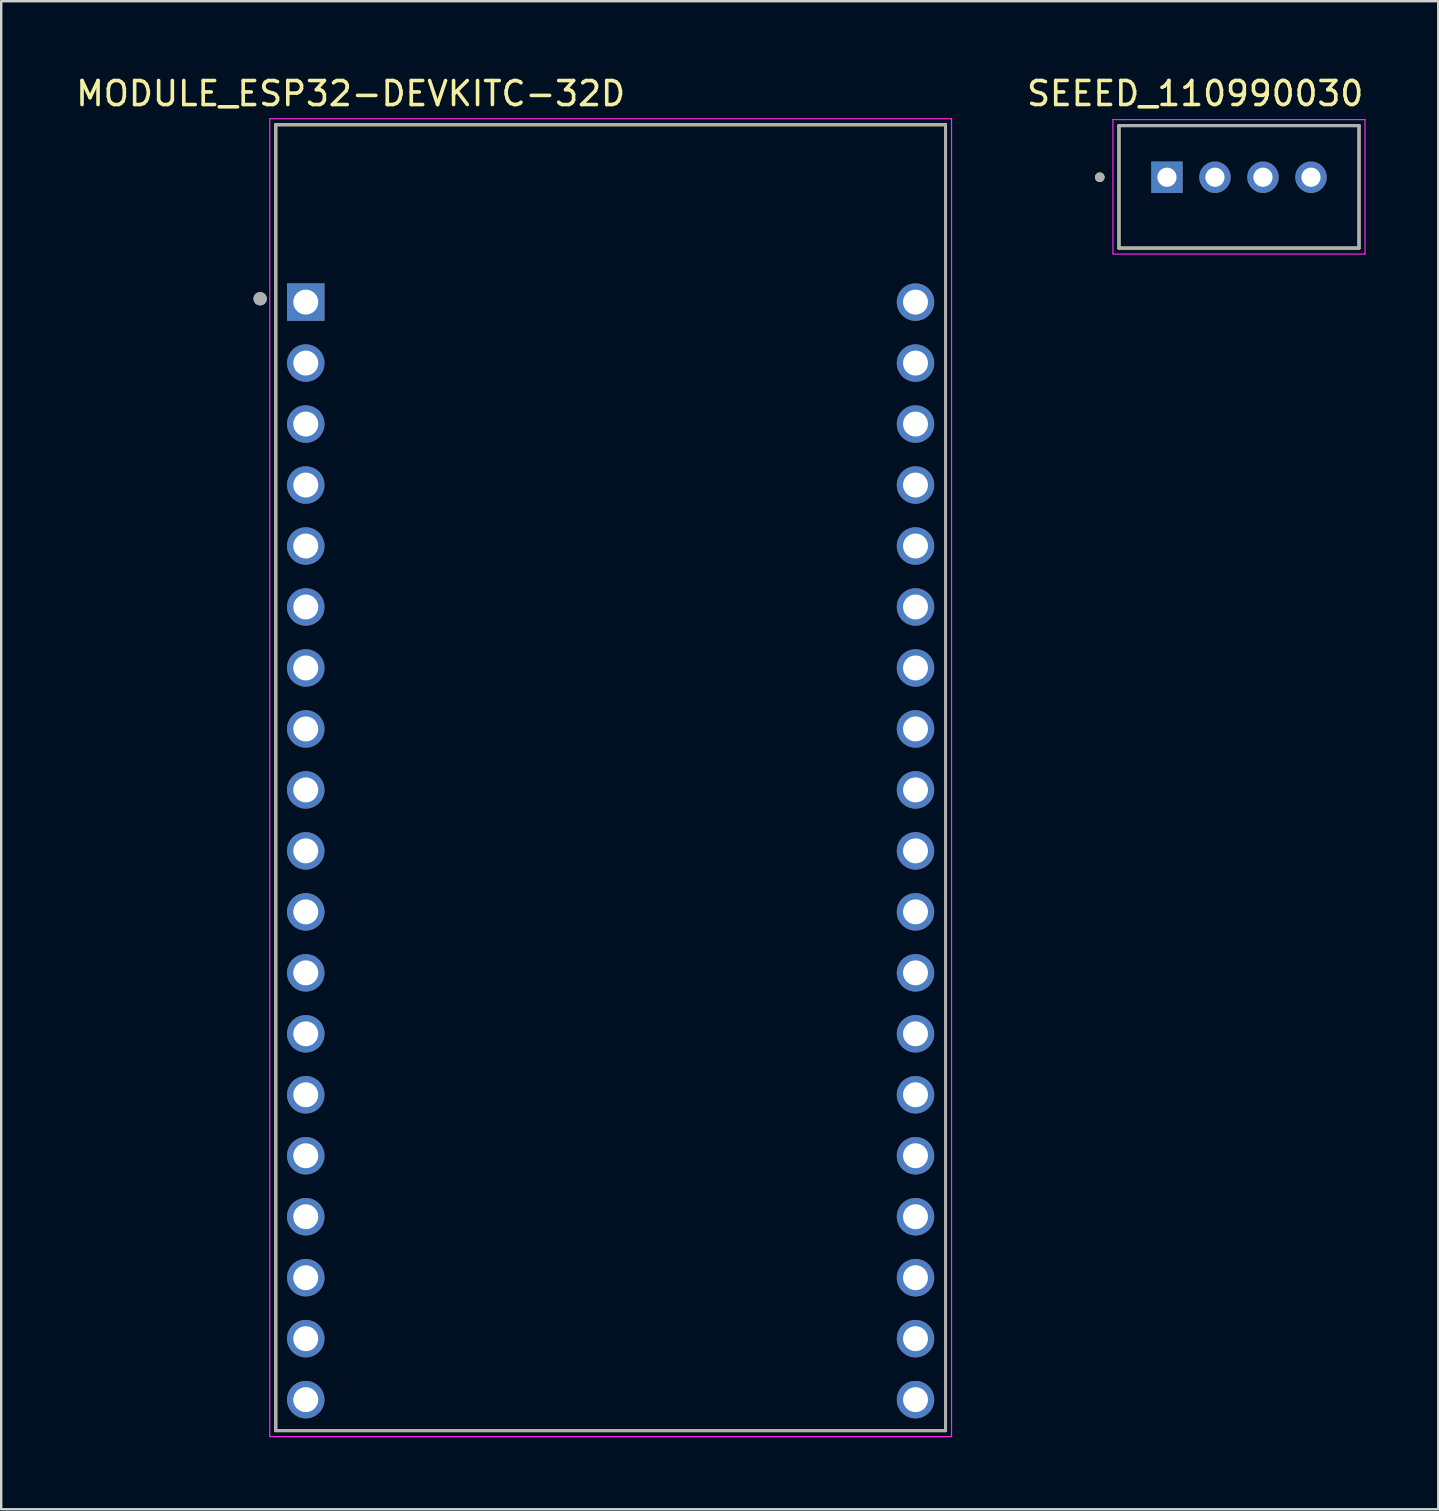
<source format=kicad_pcb>
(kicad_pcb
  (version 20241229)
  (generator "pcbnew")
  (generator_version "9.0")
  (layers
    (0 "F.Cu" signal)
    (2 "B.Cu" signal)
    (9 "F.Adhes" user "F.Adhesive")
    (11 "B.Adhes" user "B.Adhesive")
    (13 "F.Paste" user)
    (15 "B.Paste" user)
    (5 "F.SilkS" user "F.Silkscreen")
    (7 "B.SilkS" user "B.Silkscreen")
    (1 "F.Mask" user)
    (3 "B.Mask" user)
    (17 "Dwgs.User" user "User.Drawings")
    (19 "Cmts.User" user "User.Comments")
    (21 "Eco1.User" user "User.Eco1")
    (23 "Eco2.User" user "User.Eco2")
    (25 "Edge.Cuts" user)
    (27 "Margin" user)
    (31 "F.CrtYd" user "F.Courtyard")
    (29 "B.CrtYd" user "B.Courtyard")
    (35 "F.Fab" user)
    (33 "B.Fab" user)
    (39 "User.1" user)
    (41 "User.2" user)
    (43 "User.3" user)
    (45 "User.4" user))
  (footprint "MODULE_ESP32-DEVKITC-32D"
    (layer "F.Cu")
    (at 22.387 29.295)
    (property "Reference" "MODULE_ESP32-DEVKITC-32D" (at -10.829 -28.446 0) (layer "F.SilkS") (effects (font (size 1 1) (thickness 0.15))))
    (attr through_hole)
    (fp_line (start -13.95 -27.15) (end 13.95 -27.15) (stroke (width 0.127) (type solid)) (layer "F.SilkS"))
    (fp_line (start -13.95 27.25) (end -13.95 -27.15) (stroke (width 0.127) (type solid)) (layer "F.SilkS"))
    (fp_line (start 13.95 -27.15) (end 13.95 27.25) (stroke (width 0.127) (type solid)) (layer "F.SilkS"))
    (fp_line (start 13.95 27.25) (end -13.95 27.25) (stroke (width 0.127) (type solid)) (layer "F.SilkS"))
    (fp_line (start -14.2 -27.4) (end 14.2 -27.4) (stroke (width 0.05) (type solid)) (layer "F.CrtYd"))
    (fp_line (start -14.2 27.5) (end -14.2 -27.4) (stroke (width 0.05) (type solid)) (layer "F.CrtYd"))
    (fp_line (start 14.2 -27.4) (end 14.2 27.5) (stroke (width 0.05) (type solid)) (layer "F.CrtYd"))
    (fp_line (start 14.2 27.5) (end -14.2 27.5) (stroke (width 0.05) (type solid)) (layer "F.CrtYd"))
    (fp_line (start -13.95 -27.15) (end 13.95 -27.15) (stroke (width 0.127) (type solid)) (layer "F.Fab"))
    (fp_line (start -13.95 27.25) (end -13.95 -27.15) (stroke (width 0.127) (type solid)) (layer "F.Fab"))
    (fp_line (start 13.95 -27.15) (end 13.95 27.25) (stroke (width 0.127) (type solid)) (layer "F.Fab"))
    (fp_line (start 13.95 27.25) (end -13.95 27.25) (stroke (width 0.127) (type solid)) (layer "F.Fab"))
    (fp_circle (center -14.6 -19.9) (end -14.46 -19.9) (stroke (width 0.28) (type solid)) (fill no) (layer "F.Fab"))
    (fp_circle (center -14.6 -19.9) (end -14.46 -19.9) (stroke (width 0.28) (type solid)) (fill no) (layer "F.Fab"))
    (pad "1" thru_hole rect (at -12.7 -19.76) (size 1.56 1.56) (drill 1.04) (layers "*.Cu" "*.Mask"))
    (pad "2" thru_hole circle (at -12.7 -17.22) (size 1.56 1.56) (drill 1.04) (layers "*.Cu" "*.Mask"))
    (pad "3" thru_hole circle (at -12.7 -14.68) (size 1.56 1.56) (drill 1.04) (layers "*.Cu" "*.Mask"))
    (pad "4" thru_hole circle (at -12.7 -12.14) (size 1.56 1.56) (drill 1.04) (layers "*.Cu" "*.Mask"))
    (pad "5" thru_hole circle (at -12.7 -9.6) (size 1.56 1.56) (drill 1.04) (layers "*.Cu" "*.Mask"))
    (pad "6" thru_hole circle (at -12.7 -7.06) (size 1.56 1.56) (drill 1.04) (layers "*.Cu" "*.Mask"))
    (pad "7" thru_hole circle (at -12.7 -4.52) (size 1.56 1.56) (drill 1.04) (layers "*.Cu" "*.Mask"))
    (pad "8" thru_hole circle (at -12.7 -1.98) (size 1.56 1.56) (drill 1.04) (layers "*.Cu" "*.Mask"))
    (pad "9" thru_hole circle (at -12.7 0.56) (size 1.56 1.56) (drill 1.04) (layers "*.Cu" "*.Mask"))
    (pad "10" thru_hole circle (at -12.7 3.1) (size 1.56 1.56) (drill 1.04) (layers "*.Cu" "*.Mask"))
    (pad "11" thru_hole circle (at -12.7 5.64) (size 1.56 1.56) (drill 1.04) (layers "*.Cu" "*.Mask"))
    (pad "12" thru_hole circle (at -12.7 8.18) (size 1.56 1.56) (drill 1.04) (layers "*.Cu" "*.Mask"))
    (pad "13" thru_hole circle (at -12.7 10.72) (size 1.56 1.56) (drill 1.04) (layers "*.Cu" "*.Mask"))
    (pad "14" thru_hole circle (at -12.7 13.26) (size 1.56 1.56) (drill 1.04) (layers "*.Cu" "*.Mask"))
    (pad "15" thru_hole circle (at -12.7 15.8) (size 1.56 1.56) (drill 1.04) (layers "*.Cu" "*.Mask"))
    (pad "16" thru_hole circle (at -12.7 18.34) (size 1.56 1.56) (drill 1.04) (layers "*.Cu" "*.Mask"))
    (pad "17" thru_hole circle (at -12.7 20.88) (size 1.56 1.56) (drill 1.04) (layers "*.Cu" "*.Mask"))
    (pad "18" thru_hole circle (at -12.7 23.42) (size 1.56 1.56) (drill 1.04) (layers "*.Cu" "*.Mask"))
    (pad "19" thru_hole circle (at -12.7 25.96) (size 1.56 1.56) (drill 1.04) (layers "*.Cu" "*.Mask"))
    (pad "20" thru_hole circle (at 12.7 -19.76) (size 1.56 1.56) (drill 1.04) (layers "*.Cu" "*.Mask"))
    (pad "21" thru_hole circle (at 12.7 -17.22) (size 1.56 1.56) (drill 1.04) (layers "*.Cu" "*.Mask"))
    (pad "22" thru_hole circle (at 12.7 -14.68) (size 1.56 1.56) (drill 1.04) (layers "*.Cu" "*.Mask"))
    (pad "23" thru_hole circle (at 12.7 -12.14) (size 1.56 1.56) (drill 1.04) (layers "*.Cu" "*.Mask"))
    (pad "24" thru_hole circle (at 12.7 -9.6) (size 1.56 1.56) (drill 1.04) (layers "*.Cu" "*.Mask"))
    (pad "25" thru_hole circle (at 12.7 -7.06) (size 1.56 1.56) (drill 1.04) (layers "*.Cu" "*.Mask"))
    (pad "26" thru_hole circle (at 12.7 -4.52) (size 1.56 1.56) (drill 1.04) (layers "*.Cu" "*.Mask"))
    (pad "27" thru_hole circle (at 12.7 -1.98) (size 1.56 1.56) (drill 1.04) (layers "*.Cu" "*.Mask"))
    (pad "28" thru_hole circle (at 12.7 0.56) (size 1.56 1.56) (drill 1.04) (layers "*.Cu" "*.Mask"))
    (pad "29" thru_hole circle (at 12.7 3.1) (size 1.56 1.56) (drill 1.04) (layers "*.Cu" "*.Mask"))
    (pad "30" thru_hole circle (at 12.7 5.64) (size 1.56 1.56) (drill 1.04) (layers "*.Cu" "*.Mask"))
    (pad "31" thru_hole circle (at 12.7 8.18) (size 1.56 1.56) (drill 1.04) (layers "*.Cu" "*.Mask"))
    (pad "32" thru_hole circle (at 12.7 10.72) (size 1.56 1.56) (drill 1.04) (layers "*.Cu" "*.Mask"))
    (pad "33" thru_hole circle (at 12.7 13.26) (size 1.56 1.56) (drill 1.04) (layers "*.Cu" "*.Mask"))
    (pad "34" thru_hole circle (at 12.7 15.8) (size 1.56 1.56) (drill 1.04) (layers "*.Cu" "*.Mask"))
    (pad "35" thru_hole circle (at 12.7 18.34) (size 1.56 1.56) (drill 1.04) (layers "*.Cu" "*.Mask"))
    (pad "36" thru_hole circle (at 12.7 20.88) (size 1.56 1.56) (drill 1.04) (layers "*.Cu" "*.Mask"))
    (pad "37" thru_hole circle (at 12.7 23.42) (size 1.56 1.56) (drill 1.04) (layers "*.Cu" "*.Mask"))
    (pad "38" thru_hole circle (at 12.7 25.96) (size 1.56 1.56) (drill 1.04) (layers "*.Cu" "*.Mask")))
  (footprint "SEEED_110990030"
    (layer "F.Cu")
    (at 48.562 4.333)
    (property "Reference" "SEEED_110990030" (at -1.825 -3.485 0) (layer "F.SilkS") (effects (font (size 1 1) (thickness 0.15))))
    (attr through_hole)
    (fp_line (start -5 -2.15) (end 5 -2.15) (stroke (width 0.127) (type solid)) (layer "F.SilkS"))
    (fp_line (start -5 2.95) (end -5 -2.15) (stroke (width 0.127) (type solid)) (layer "F.SilkS"))
    (fp_line (start 5 -2.15) (end 5 2.95) (stroke (width 0.127) (type solid)) (layer "F.SilkS"))
    (fp_line (start 5 2.95) (end -5 2.95) (stroke (width 0.127) (type solid)) (layer "F.SilkS"))
    (fp_circle (center -5.8 0) (end -5.7 0) (stroke (width 0.2) (type solid)) (fill no) (layer "F.SilkS"))
    (fp_line (start -5.25 -2.4) (end 5.25 -2.4) (stroke (width 0.05) (type solid)) (layer "F.CrtYd"))
    (fp_line (start -5.25 3.2) (end -5.25 -2.4) (stroke (width 0.05) (type solid)) (layer "F.CrtYd"))
    (fp_line (start 5.25 -2.4) (end 5.25 3.2) (stroke (width 0.05) (type solid)) (layer "F.CrtYd"))
    (fp_line (start 5.25 3.2) (end -5.25 3.2) (stroke (width 0.05) (type solid)) (layer "F.CrtYd"))
    (fp_line (start -5 -2.15) (end 5 -2.15) (stroke (width 0.127) (type solid)) (layer "F.Fab"))
    (fp_line (start -5 2.95) (end -5 -2.15) (stroke (width 0.127) (type solid)) (layer "F.Fab"))
    (fp_line (start 5 -2.15) (end 5 2.95) (stroke (width 0.127) (type solid)) (layer "F.Fab"))
    (fp_line (start 5 2.95) (end -5 2.95) (stroke (width 0.127) (type solid)) (layer "F.Fab"))
    (fp_circle (center -5.8 0) (end -5.7 0) (stroke (width 0.2) (type solid)) (fill no) (layer "F.Fab"))
    (pad "1" thru_hole rect (at -3 0) (size 1.308 1.308) (drill 0.8) (layers "*.Cu" "*.Mask"))
    (pad "2" thru_hole circle (at -1 0) (size 1.308 1.308) (drill 0.8) (layers "*.Cu" "*.Mask"))
    (pad "3" thru_hole circle (at 1 0) (size 1.308 1.308) (drill 0.8) (layers "*.Cu" "*.Mask"))
    (pad "4" thru_hole circle (at 3 0) (size 1.308 1.308) (drill 0.8) (layers "*.Cu" "*.Mask")))
  (gr_rect
    (start -3 -3)
    (end 56.862 59.82)
    (stroke (width 0.1) (type default))
    (fill no)
    (layer "Edge.Cuts")))
</source>
